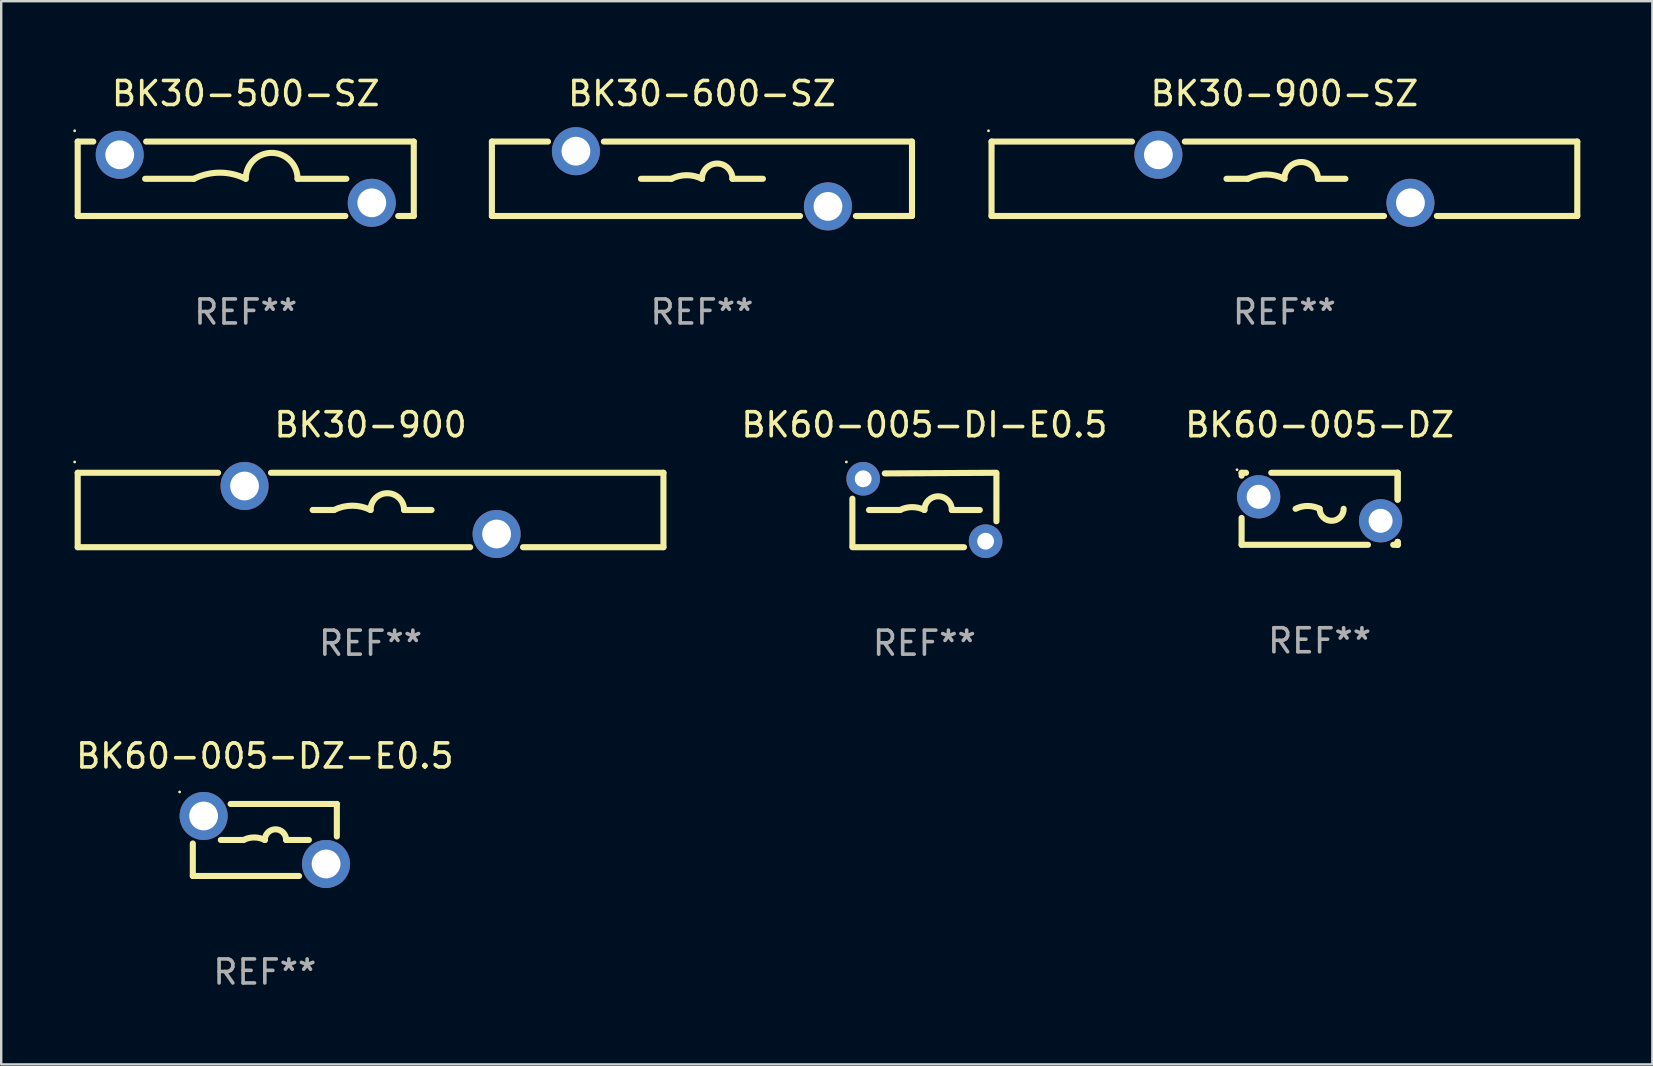
<source format=kicad_pcb>
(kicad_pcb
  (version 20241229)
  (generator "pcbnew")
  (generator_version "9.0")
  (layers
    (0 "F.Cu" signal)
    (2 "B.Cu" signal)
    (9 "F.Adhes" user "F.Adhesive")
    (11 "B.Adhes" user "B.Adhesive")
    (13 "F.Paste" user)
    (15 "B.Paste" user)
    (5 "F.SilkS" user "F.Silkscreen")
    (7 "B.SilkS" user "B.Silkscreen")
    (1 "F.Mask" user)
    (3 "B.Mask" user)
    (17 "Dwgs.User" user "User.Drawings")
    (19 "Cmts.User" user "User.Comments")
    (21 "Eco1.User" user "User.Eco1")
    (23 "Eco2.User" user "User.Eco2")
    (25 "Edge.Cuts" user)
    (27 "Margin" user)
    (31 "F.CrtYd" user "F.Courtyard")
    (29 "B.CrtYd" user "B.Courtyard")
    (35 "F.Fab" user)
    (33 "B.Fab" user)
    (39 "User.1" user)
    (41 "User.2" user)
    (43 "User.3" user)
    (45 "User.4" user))
  (footprint "BK60-005-DZ-E0.5"
    (layer "F.Cu")
    (at 7.982 31.941)
    (property "Reference" "BK60-005-DZ-E0.5" (at 0 -3.5 0) (layer "F.SilkS") (effects (font (size 1 1) (thickness 0.15))))
    (attr through_hole)
    (fp_line (start -3 1.5) (end -3 0.146) (stroke (width 0.254) (type solid)) (layer "F.SilkS"))
    (fp_line (start -3 1.5) (end 1.425 1.5) (stroke (width 0.254) (type solid)) (layer "F.SilkS"))
    (fp_line (start -1.834 0) (end -0.889 0) (stroke (width 0.254) (type solid)) (layer "F.SilkS"))
    (fp_line (start 1.834 0) (end 0.889 0) (stroke (width 0.254) (type solid)) (layer "F.SilkS"))
    (fp_line (start 3 -1.5) (end -1.425 -1.5) (stroke (width 0.254) (type solid)) (layer "F.SilkS"))
    (fp_line (start 3 -1.5) (end 3 -0.146) (stroke (width 0.254) (type solid)) (layer "F.SilkS"))
    (fp_arc (start -0.889002 0) (mid -0.444501 -0.104932) (end 0 0) (stroke (width 0.254001) (type solid)) (layer "F.SilkS"))
    (fp_arc (start 0 0) (mid 0.444501 -0.444501) (end 0.889002 0) (stroke (width 0.254001) (type solid)) (layer "F.SilkS"))
    (fp_circle (center -3.55 -2) (end -3.52 -2) (stroke (width 0.06) (type solid)) (fill no) (layer "F.SilkS"))
    (fp_text user "REF**" (at 0 5.5 0) (layer "F.Fab") (effects (font (size 1 1) (thickness 0.15))))
    (pad "1" thru_hole circle (at -2.55 -1) (size 2 2) (drill 1.2) (layers "*.Cu" "*.Mask"))
    (pad "2" thru_hole circle (at 2.55 1) (size 2 2) (drill 1.2) (layers "*.Cu" "*.Mask")))
  (footprint "BK60-005-DZ"
    (layer "F.Cu")
    (at 51.922 18.145)
    (property "Reference" "BK60-005-DZ" (at 0 -3.5 0) (layer "F.SilkS") (effects (font (size 1 1) (thickness 0.15))))
    (attr through_hole)
    (fp_line (start -3.25 -1.5) (end -3.25 -1.38) (stroke (width 0.254) (type solid)) (layer "F.SilkS"))
    (fp_line (start -3.25 -1.5) (end -3.066 -1.5) (stroke (width 0.254) (type solid)) (layer "F.SilkS"))
    (fp_line (start -3.25 0.38) (end -3.25 1.5) (stroke (width 0.254) (type solid)) (layer "F.SilkS"))
    (fp_line (start -3.25 1.5) (end 2.014 1.5) (stroke (width 0.254) (type solid)) (layer "F.SilkS"))
    (fp_line (start -2.014 -1.5) (end 3.25 -1.5) (stroke (width 0.254) (type solid)) (layer "F.SilkS"))
    (fp_line (start 3.066 1.5) (end 3.25 1.5) (stroke (width 0.254) (type solid)) (layer "F.SilkS"))
    (fp_line (start 3.25 -1.5) (end 3.25 -0.38) (stroke (width 0.254) (type solid)) (layer "F.SilkS"))
    (fp_line (start 3.25 -1.5) (end 3.25 -0.38) (stroke (width 0.254) (type solid)) (layer "F.SilkS"))
    (fp_line (start 3.25 1.38) (end 3.25 1.5) (stroke (width 0.254) (type solid)) (layer "F.SilkS"))
    (fp_line (start 3.25 1.38) (end 3.25 1.5) (stroke (width 0.254) (type solid)) (layer "F.SilkS"))
    (fp_line (start 3.25 1.5) (end 3.25 1.38) (stroke (width 0.254) (type solid)) (layer "F.SilkS"))
    (fp_arc (start -1.000762 0) (mid -0.500381 -0.118151) (end 0 0) (stroke (width 0.254001) (type solid)) (layer "F.SilkS"))
    (fp_arc (start 1.000762 0) (mid 0.500381 0.500127) (end 0 0) (stroke (width 0.254001) (type solid)) (layer "F.SilkS"))
    (fp_circle (center -3.44 -1.627) (end -3.41 -1.627) (stroke (width 0.06) (type solid)) (fill no) (layer "F.SilkS"))
    (fp_text user "REF**" (at 0 5.5 0) (layer "F.Fab") (effects (font (size 1 1) (thickness 0.15))))
    (pad "1" thru_hole circle (at -2.54 -0.5) (size 1.8 1.8) (drill 1) (layers "*.Cu" "*.Mask"))
    (pad "2" thru_hole circle (at 2.54 0.5) (size 1.8 1.8) (drill 1) (layers "*.Cu" "*.Mask")))
  (footprint "BK30-500-SZ"
    (layer "F.Cu")
    (at 7.187 4.398)
    (property "Reference" "BK30-500-SZ" (at 0 -3.55 0) (layer "F.SilkS") (effects (font (size 1 1) (thickness 0.15))))
    (attr through_hole)
    (fp_line (start -7 -1.55) (end -6.351 -1.55) (stroke (width 0.254) (type solid)) (layer "F.SilkS"))
    (fp_line (start -7 1.55) (end -7 -1.55) (stroke (width 0.254) (type solid)) (layer "F.SilkS"))
    (fp_line (start -7 1.55) (end 4.149 1.55) (stroke (width 0.254) (type solid)) (layer "F.SilkS"))
    (fp_line (start -4.191 0) (end -2.159 0) (stroke (width 0.254) (type solid)) (layer "F.SilkS"))
    (fp_line (start -4.149 -1.55) (end 7 -1.55) (stroke (width 0.254) (type solid)) (layer "F.SilkS"))
    (fp_line (start 4.191 0) (end 2.159 0) (stroke (width 0.254) (type solid)) (layer "F.SilkS"))
    (fp_line (start 6.351 1.55) (end 7 1.55) (stroke (width 0.254) (type solid)) (layer "F.SilkS"))
    (fp_line (start 7 -1.55) (end 7 1.55) (stroke (width 0.254) (type solid)) (layer "F.SilkS"))
    (fp_arc (start -2.159004 0) (mid -1.079502 -0.254836) (end 0 0) (stroke (width 0.254001) (type solid)) (layer "F.SilkS"))
    (fp_arc (start 0 0) (mid 1.079502 -1.079502) (end 2.159004 0) (stroke (width 0.254001) (type solid)) (layer "F.SilkS"))
    (fp_circle (center -7.127 -2) (end -7.097 -2) (stroke (width 0.06) (type solid)) (fill no) (layer "F.SilkS"))
    (fp_text user "REF**" (at 0 5.55 0) (layer "F.Fab") (effects (font (size 1 1) (thickness 0.15))))
    (pad "1" thru_hole circle (at -5.25 -1) (size 2 2) (drill 1.2) (layers "*.Cu" "*.Mask"))
    (pad "2" thru_hole circle (at 5.25 1) (size 2 2) (drill 1.2) (layers "*.Cu" "*.Mask")))
  (footprint "BK30-600-SZ"
    (layer "F.Cu")
    (at 26.191 4.398)
    (property "Reference" "BK30-600-SZ" (at 0 -3.55 0) (layer "F.SilkS") (effects (font (size 1 1) (thickness 0.15))))
    (attr through_hole)
    (fp_line (start -8.75 -1.55) (end -6.414 -1.55) (stroke (width 0.254) (type solid)) (layer "F.SilkS"))
    (fp_line (start -8.75 1.55) (end -8.75 -1.55) (stroke (width 0.254) (type solid)) (layer "F.SilkS"))
    (fp_line (start -8.75 1.55) (end 4.086 1.55) (stroke (width 0.254) (type solid)) (layer "F.SilkS"))
    (fp_line (start -4.086 -1.55) (end 8.75 -1.55) (stroke (width 0.254) (type solid)) (layer "F.SilkS"))
    (fp_line (start -2.54 0) (end -1.27 0) (stroke (width 0.254) (type solid)) (layer "F.SilkS"))
    (fp_line (start 2.54 0) (end 1.27 0) (stroke (width 0.254) (type solid)) (layer "F.SilkS"))
    (fp_line (start 6.414 1.55) (end 8.75 1.55) (stroke (width 0.254) (type solid)) (layer "F.SilkS"))
    (fp_line (start 8.75 -1.55) (end 8.75 1.55) (stroke (width 0.254) (type solid)) (layer "F.SilkS"))
    (fp_arc (start -1.270003 0) (mid -0.635001 -0.149904) (end 0 0) (stroke (width 0.254001) (type solid)) (layer "F.SilkS"))
    (fp_arc (start -0.000001 0) (mid 0.635001 -0.635002) (end 1.270003 0) (stroke (width 0.254001) (type solid)) (layer "F.SilkS"))
    (fp_circle (center -8.75 -1.55) (end -8.72 -1.55) (stroke (width 0.06) (type solid)) (fill no) (layer "F.SilkS"))
    (fp_text user "REF**" (at 0 5.55 0) (layer "F.Fab") (effects (font (size 1 1) (thickness 0.15))))
    (pad "1" thru_hole circle (at -5.25 -1.15) (size 2 2) (drill 1.2) (layers "*.Cu" "*.Mask"))
    (pad "2" thru_hole circle (at 5.25 1.15) (size 2 2) (drill 1.2) (layers "*.Cu" "*.Mask")))
  (footprint "BK30-900"
    (layer "F.Cu")
    (at 12.387 18.195)
    (property "Reference" "BK30-900" (at 0 -3.55 0) (layer "F.SilkS") (effects (font (size 1 1) (thickness 0.15))))
    (attr through_hole)
    (fp_line (start -12.2 -1.55) (end -6.351 -1.55) (stroke (width 0.254) (type solid)) (layer "F.SilkS"))
    (fp_line (start -12.2 1.55) (end -12.2 -1.55) (stroke (width 0.254) (type solid)) (layer "F.SilkS"))
    (fp_line (start -12.2 1.55) (end 4.149 1.55) (stroke (width 0.254) (type solid)) (layer "F.SilkS"))
    (fp_line (start -4.149 -1.55) (end 12.2 -1.55) (stroke (width 0.254) (type solid)) (layer "F.SilkS"))
    (fp_line (start -2.413 0) (end -1.524 0) (stroke (width 0.254) (type solid)) (layer "F.SilkS"))
    (fp_line (start 2.54 0) (end 1.397 0) (stroke (width 0.254) (type solid)) (layer "F.SilkS"))
    (fp_line (start 6.351 1.55) (end 12.2 1.55) (stroke (width 0.254) (type solid)) (layer "F.SilkS"))
    (fp_line (start 12.2 -1.55) (end 12.2 1.55) (stroke (width 0.254) (type solid)) (layer "F.SilkS"))
    (fp_arc (start -1.524003 0) (mid -0.762002 -0.179884) (end 0 0) (stroke (width 0.254001) (type solid)) (layer "F.SilkS"))
    (fp_arc (start -0.000001 0) (mid 0.698501 -0.698502) (end 1.397003 0) (stroke (width 0.254001) (type solid)) (layer "F.SilkS"))
    (fp_circle (center -12.327 -2) (end -12.297 -2) (stroke (width 0.06) (type solid)) (fill no) (layer "F.SilkS"))
    (fp_text user "REF**" (at 0 5.55 0) (layer "F.Fab") (effects (font (size 1 1) (thickness 0.15))))
    (pad "1" thru_hole circle (at -5.25 -1) (size 2 2) (drill 1.2) (layers "*.Cu" "*.Mask"))
    (pad "2" thru_hole circle (at 5.25 1) (size 2 2) (drill 1.2) (layers "*.Cu" "*.Mask")))
  (footprint "BK30-900-SZ"
    (layer "F.Cu")
    (at 50.455 4.398)
    (property "Reference" "BK30-900-SZ" (at 0 -3.55 0) (layer "F.SilkS") (effects (font (size 1 1) (thickness 0.15))))
    (attr through_hole)
    (fp_line (start -12.2 -1.55) (end -6.351 -1.55) (stroke (width 0.254) (type solid)) (layer "F.SilkS"))
    (fp_line (start -12.2 1.55) (end -12.2 -1.55) (stroke (width 0.254) (type solid)) (layer "F.SilkS"))
    (fp_line (start -12.2 1.55) (end 4.149 1.55) (stroke (width 0.254) (type solid)) (layer "F.SilkS"))
    (fp_line (start -4.149 -1.55) (end 12.2 -1.55) (stroke (width 0.254) (type solid)) (layer "F.SilkS"))
    (fp_line (start -2.413 0) (end -1.524 0) (stroke (width 0.254) (type solid)) (layer "F.SilkS"))
    (fp_line (start 2.54 0) (end 1.397 0) (stroke (width 0.254) (type solid)) (layer "F.SilkS"))
    (fp_line (start 6.351 1.55) (end 12.2 1.55) (stroke (width 0.254) (type solid)) (layer "F.SilkS"))
    (fp_line (start 12.2 -1.55) (end 12.2 1.55) (stroke (width 0.254) (type solid)) (layer "F.SilkS"))
    (fp_arc (start -1.524003 0) (mid -0.762002 -0.179884) (end 0 0) (stroke (width 0.254001) (type solid)) (layer "F.SilkS"))
    (fp_arc (start -0.000001 0) (mid 0.698501 -0.698502) (end 1.397003 0) (stroke (width 0.254001) (type solid)) (layer "F.SilkS"))
    (fp_circle (center -12.327 -2) (end -12.297 -2) (stroke (width 0.06) (type solid)) (fill no) (layer "F.SilkS"))
    (fp_text user "REF**" (at 0 5.55 0) (layer "F.Fab") (effects (font (size 1 1) (thickness 0.15))))
    (pad "1" thru_hole circle (at -5.25 -1) (size 2 2) (drill 1.2) (layers "*.Cu" "*.Mask"))
    (pad "2" thru_hole circle (at 5.25 1) (size 2 2) (drill 1.2) (layers "*.Cu" "*.Mask")))
  (footprint "BK60-005-DI-E0.5"
    (layer "F.Cu")
    (at 35.458 18.195)
    (property "Reference" "BK60-005-DI-E0.5" (at 0 -3.55 0) (layer "F.SilkS") (effects (font (size 1 1) (thickness 0.15))))
    (attr through_hole)
    (fp_line (start -3 1.5) (end -3 -0.47) (stroke (width 0.254) (type solid)) (layer "F.SilkS"))
    (fp_line (start -2.307 0) (end -1.016 0) (stroke (width 0.254) (type solid)) (layer "F.SilkS"))
    (fp_line (start -1.651 -1.524) (end 2.999 -1.55) (stroke (width 0.254) (type solid)) (layer "F.SilkS"))
    (fp_line (start 1.651 1.55) (end -2.999 1.55) (stroke (width 0.254) (type solid)) (layer "F.SilkS"))
    (fp_line (start 2.307 0) (end 1.143 0) (stroke (width 0.254) (type solid)) (layer "F.SilkS"))
    (fp_line (start 3 -1.5) (end 3 0.47) (stroke (width 0.254) (type solid)) (layer "F.SilkS"))
    (fp_arc (start -1.016002 0) (mid -0.508001 -0.119923) (end 0 0) (stroke (width 0.254001) (type solid)) (layer "F.SilkS"))
    (fp_arc (start -0.000254 0.000508) (mid 0.57112 -0.57112) (end 1.143002 0) (stroke (width 0.254001) (type solid)) (layer "F.SilkS"))
    (fp_circle (center -3.25 -2) (end -3.22 -2) (stroke (width 0.06) (type solid)) (fill no) (layer "F.SilkS"))
    (fp_text user "REF**" (at 0 5.55 0) (layer "F.Fab") (effects (font (size 1 1) (thickness 0.15))))
    (pad "1" thru_hole circle (at -2.55 -1.3) (size 1.4 1.4) (drill 0.7) (layers "*.Cu" "*.Mask"))
    (pad "2" thru_hole circle (at 2.55 1.3) (size 1.4 1.4) (drill 0.7) (layers "*.Cu" "*.Mask")))
  (gr_rect
    (start -3 -3)
    (end 65.782 41.29)
    (stroke (width 0.1) (type default))
    (fill no)
    (layer "Edge.Cuts")))
</source>
